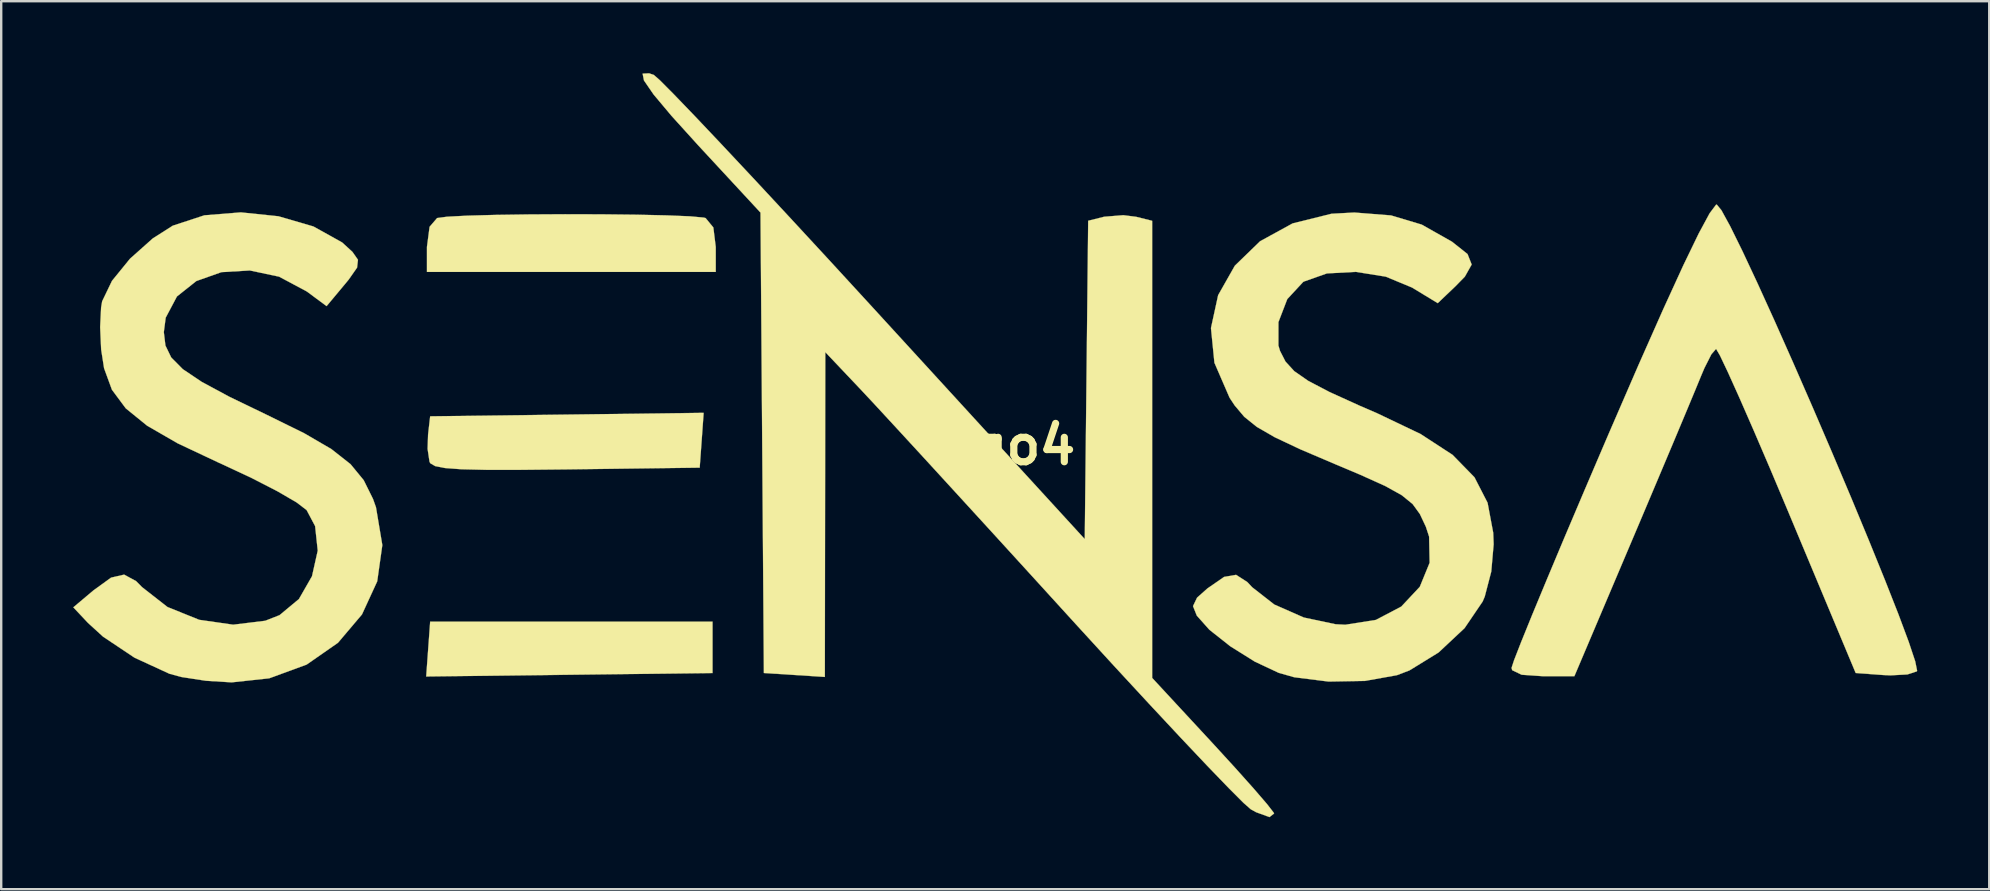
<source format=kicad_pcb>
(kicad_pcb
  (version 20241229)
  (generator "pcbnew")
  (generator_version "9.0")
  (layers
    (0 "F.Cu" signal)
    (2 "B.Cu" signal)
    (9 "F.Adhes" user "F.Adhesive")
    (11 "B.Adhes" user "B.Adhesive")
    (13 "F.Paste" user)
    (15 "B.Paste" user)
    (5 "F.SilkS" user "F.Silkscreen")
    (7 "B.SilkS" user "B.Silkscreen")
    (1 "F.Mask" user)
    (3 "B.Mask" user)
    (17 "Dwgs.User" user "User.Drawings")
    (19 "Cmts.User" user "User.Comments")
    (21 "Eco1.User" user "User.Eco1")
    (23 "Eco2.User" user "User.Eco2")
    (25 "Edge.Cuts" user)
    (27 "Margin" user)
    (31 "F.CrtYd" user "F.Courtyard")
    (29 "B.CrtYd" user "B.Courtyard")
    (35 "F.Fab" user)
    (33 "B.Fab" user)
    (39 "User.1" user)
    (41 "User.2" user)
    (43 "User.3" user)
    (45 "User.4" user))
  (footprint "logo4"
    (layer "F.Cu")
    (at 38.533 15.497)
    (property "Reference" "logo4" (at 0 0 0) (layer "F.SilkS") (effects (font (size 1.524 1.524) (thickness 0.3))))
    (attr through_hole)
    (fp_poly (pts (xy -11.898 9.492) (xy -17.862 9.564) (xy -23.827 9.636) (xy -23.662 7.353) (xy -11.898 7.353) (xy -11.898 9.492)) (stroke (width 0.01) (type solid)) (fill yes) (layer "F.SilkS"))
    (fp_poly (pts (xy -12.35 -0.206) (xy -12.433 0.936) (xy -17.987 1.008) (xy -19.891 1.027) (xy -21.326 1.027) (xy -22.355 1.003) (xy -23.042 0.952) (xy -23.454 0.871) (xy -23.652 0.756) (xy -23.688 0.696) (xy -23.769 0.155) (xy -23.749 -0.445) (xy -23.662 -1.203) (xy -17.965 -1.275) (xy -12.268 -1.348) (xy -12.35 -0.206)) (stroke (width 0.01) (type solid)) (fill yes) (layer "F.SilkS"))
    (fp_poly (pts (xy -16.512 -9.618) (xy -15.065 -9.602) (xy -13.807 -9.574) (xy -12.842 -9.535) (xy -12.273 -9.483) (xy -12.187 -9.463) (xy -11.864 -9.07) (xy -11.764 -8.26) (xy -11.764 -7.219) (xy -23.796 -7.219) (xy -23.796 -8.26) (xy -23.686 -9.098) (xy -23.373 -9.463) (xy -22.963 -9.518) (xy -22.122 -9.562) (xy -20.952 -9.594) (xy -19.559 -9.614) (xy -18.044 -9.622) (xy -16.512 -9.618)) (stroke (width 0.01) (type solid)) (fill yes) (layer "F.SilkS"))
    (fp_poly (pts (xy -14.345 -15.426) (xy -14.093 -15.205) (xy -13.518 -14.627) (xy -12.655 -13.731) (xy -11.543 -12.556) (xy -10.216 -11.14) (xy -8.713 -9.523) (xy -7.068 -7.743) (xy -5.319 -5.839) (xy -5.176 -5.683) (xy 3.609 3.913) (xy 3.681 -2.718) (xy 3.752 -9.35) (xy 4.416 -9.517) (xy 5.218 -9.582) (xy 5.748 -9.515) (xy 6.417 -9.348) (xy 6.417 9.696) (xy 8.957 12.439) (xy 9.873 13.44) (xy 10.643 14.301) (xy 11.199 14.947) (xy 11.477 15.304) (xy 11.497 15.345) (xy 11.304 15.494) (xy 10.746 15.29) (xy 10.526 15.169) (xy 10.224 14.903) (xy 9.606 14.284) (xy 8.714 13.359) (xy 7.592 12.172) (xy 6.281 10.767) (xy 4.824 9.191) (xy 3.264 7.487) (xy 2.906 7.094) (xy 1.277 5.306) (xy -0.3 3.578) (xy -1.774 1.967) (xy -3.095 0.525) (xy -4.213 -0.69) (xy -5.076 -1.625) (xy -5.636 -2.225) (xy -5.672 -2.264) (xy -7.2 -3.877) (xy -7.21 2.889) (xy -7.219 9.655) (xy -8.489 9.573) (xy -9.759 9.492) (xy -9.829 -0.099) (xy -9.899 -9.69) (xy -12.475 -12.471) (xy -13.602 -13.715) (xy -14.357 -14.615) (xy -14.755 -15.195) (xy -14.811 -15.479) (xy -14.54 -15.492) (xy -14.345 -15.426)) (stroke (width 0.01) (type solid)) (fill yes) (layer "F.SilkS"))
    (fp_poly (pts (xy 30.133 -9.789) (xy 30.499 -9.121) (xy 31.009 -8.086) (xy 31.635 -6.75) (xy 32.35 -5.176) (xy 33.126 -3.429) (xy 33.936 -1.574) (xy 34.751 0.324) (xy 35.544 2.2) (xy 36.287 3.992) (xy 36.952 5.632) (xy 37.513 7.058) (xy 37.94 8.204) (xy 38.207 9.005) (xy 38.286 9.398) (xy 38.276 9.422) (xy 37.882 9.551) (xy 37.178 9.589) (xy 36.883 9.576) (xy 35.727 9.492) (xy 32.904 2.741) (xy 32.159 0.972) (xy 31.474 -0.624) (xy 30.879 -1.984) (xy 30.402 -3.043) (xy 30.071 -3.739) (xy 29.913 -4.009) (xy 29.909 -4.011) (xy 29.715 -3.786) (xy 29.427 -3.218) (xy 29.288 -2.891) (xy 29.054 -2.322) (xy 28.648 -1.348) (xy 28.107 -0.057) (xy 27.466 1.463) (xy 26.764 3.125) (xy 26.424 3.927) (xy 24.007 9.625) (xy 22.698 9.625) (xy 21.811 9.564) (xy 21.416 9.374) (xy 21.389 9.279) (xy 21.492 8.964) (xy 21.784 8.214) (xy 22.243 7.083) (xy 22.846 5.629) (xy 23.569 3.905) (xy 24.391 1.968) (xy 25.287 -0.127) (xy 25.467 -0.546) (xy 26.686 -3.358) (xy 27.713 -5.674) (xy 28.547 -7.495) (xy 29.19 -8.824) (xy 29.643 -9.663) (xy 29.907 -10.014) (xy 29.939 -10.026) (xy 30.133 -9.789)) (stroke (width 0.01) (type solid)) (fill yes) (layer "F.SilkS"))
    (fp_poly (pts (xy -29.983 -9.537) (xy -28.525 -9.112) (xy -27.33 -8.447) (xy -26.901 -8.055) (xy -26.67 -7.725) (xy -26.707 -7.398) (xy -27.053 -6.903) (xy -27.228 -6.691) (xy -27.977 -5.794) (xy -28.801 -6.404) (xy -29.956 -7.021) (xy -31.175 -7.279) (xy -32.358 -7.209) (xy -33.403 -6.839) (xy -34.211 -6.197) (xy -34.68 -5.312) (xy -34.758 -4.711) (xy -34.691 -4.151) (xy -34.449 -3.653) (xy -33.966 -3.166) (xy -33.178 -2.637) (xy -32.021 -2.014) (xy -30.464 -1.262) (xy -28.911 -0.498) (xy -27.778 0.162) (xy -26.98 0.79) (xy -26.43 1.459) (xy -26.043 2.24) (xy -25.919 2.588) (xy -25.655 4.162) (xy -25.868 5.673) (xy -26.503 7.052) (xy -27.502 8.231) (xy -28.809 9.141) (xy -30.367 9.712) (xy -31.932 9.881) (xy -33.003 9.815) (xy -34.018 9.659) (xy -34.522 9.524) (xy -35.977 8.854) (xy -37.288 7.979) (xy -37.918 7.404) (xy -38.528 6.755) (xy -37.692 6.051) (xy -36.956 5.518) (xy -36.411 5.392) (xy -35.913 5.663) (xy -35.668 5.911) (xy -34.607 6.741) (xy -33.284 7.275) (xy -31.869 7.478) (xy -30.533 7.315) (xy -29.937 7.081) (xy -29.129 6.409) (xy -28.585 5.46) (xy -28.346 4.394) (xy -28.455 3.371) (xy -28.809 2.704) (xy -29.226 2.385) (xy -30.025 1.92) (xy -31.096 1.369) (xy -32.327 0.793) (xy -32.457 0.735) (xy -34.179 -0.076) (xy -35.453 -0.811) (xy -36.344 -1.535) (xy -36.92 -2.311) (xy -37.247 -3.204) (xy -37.369 -3.986) (xy -37.411 -4.919) (xy -37.371 -5.739) (xy -37.327 -5.996) (xy -36.917 -6.847) (xy -36.165 -7.771) (xy -35.216 -8.616) (xy -34.383 -9.146) (xy -33.068 -9.577) (xy -31.549 -9.699) (xy -29.983 -9.537)) (stroke (width 0.01) (type solid)) (fill yes) (layer "F.SilkS"))
    (fp_poly (pts (xy 16.371 -9.572) (xy 17.647 -9.19) (xy 18.914 -8.474) (xy 18.914 -8.473) (xy 19.556 -7.963) (xy 19.729 -7.527) (xy 19.444 -7.021) (xy 19.05 -6.618) (xy 18.315 -5.917) (xy 17.245 -6.567) (xy 16.15 -7.021) (xy 14.9 -7.221) (xy 13.696 -7.156) (xy 12.737 -6.817) (xy 12.704 -6.796) (xy 12.046 -6.086) (xy 11.678 -5.129) (xy 11.677 -4.152) (xy 11.744 -3.929) (xy 11.971 -3.485) (xy 12.335 -3.086) (xy 12.919 -2.68) (xy 13.804 -2.216) (xy 15.072 -1.64) (xy 15.785 -1.332) (xy 17.597 -0.467) (xy 18.932 0.402) (xy 19.845 1.337) (xy 20.391 2.398) (xy 20.626 3.649) (xy 20.644 4.127) (xy 20.545 5.265) (xy 20.273 6.308) (xy 20.186 6.513) (xy 19.433 7.622) (xy 18.35 8.636) (xy 17.137 9.383) (xy 16.615 9.582) (xy 15.28 9.821) (xy 13.766 9.848) (xy 12.337 9.668) (xy 11.688 9.484) (xy 10.693 9.017) (xy 9.672 8.378) (xy 8.802 7.69) (xy 8.277 7.101) (xy 8.119 6.705) (xy 8.288 6.352) (xy 8.722 5.966) (xy 9.415 5.487) (xy 9.913 5.401) (xy 10.381 5.702) (xy 10.586 5.92) (xy 11.504 6.637) (xy 12.734 7.179) (xy 14.059 7.46) (xy 14.465 7.48) (xy 15.738 7.279) (xy 16.796 6.723) (xy 17.567 5.9) (xy 17.977 4.899) (xy 17.955 3.809) (xy 17.819 3.395) (xy 17.57 2.867) (xy 17.267 2.451) (xy 16.816 2.084) (xy 16.124 1.7) (xy 15.097 1.236) (xy 14.056 0.797) (xy 12.588 0.171) (xy 11.528 -0.329) (xy 10.781 -0.76) (xy 10.254 -1.183) (xy 9.854 -1.657) (xy 9.642 -1.978) (xy 9.011 -3.434) (xy 8.867 -4.88) (xy 9.166 -6.25) (xy 9.862 -7.478) (xy 10.912 -8.496) (xy 12.269 -9.24) (xy 13.89 -9.642) (xy 14.839 -9.693) (xy 16.371 -9.572)) (stroke (width 0.01) (type solid)) (fill yes) (layer "F.SilkS")))
  (gr_rect
    (start -3 -3)
    (end 79.824 33.996)
    (stroke (width 0.1) (type default))
    (fill no)
    (layer "Edge.Cuts")))
</source>
